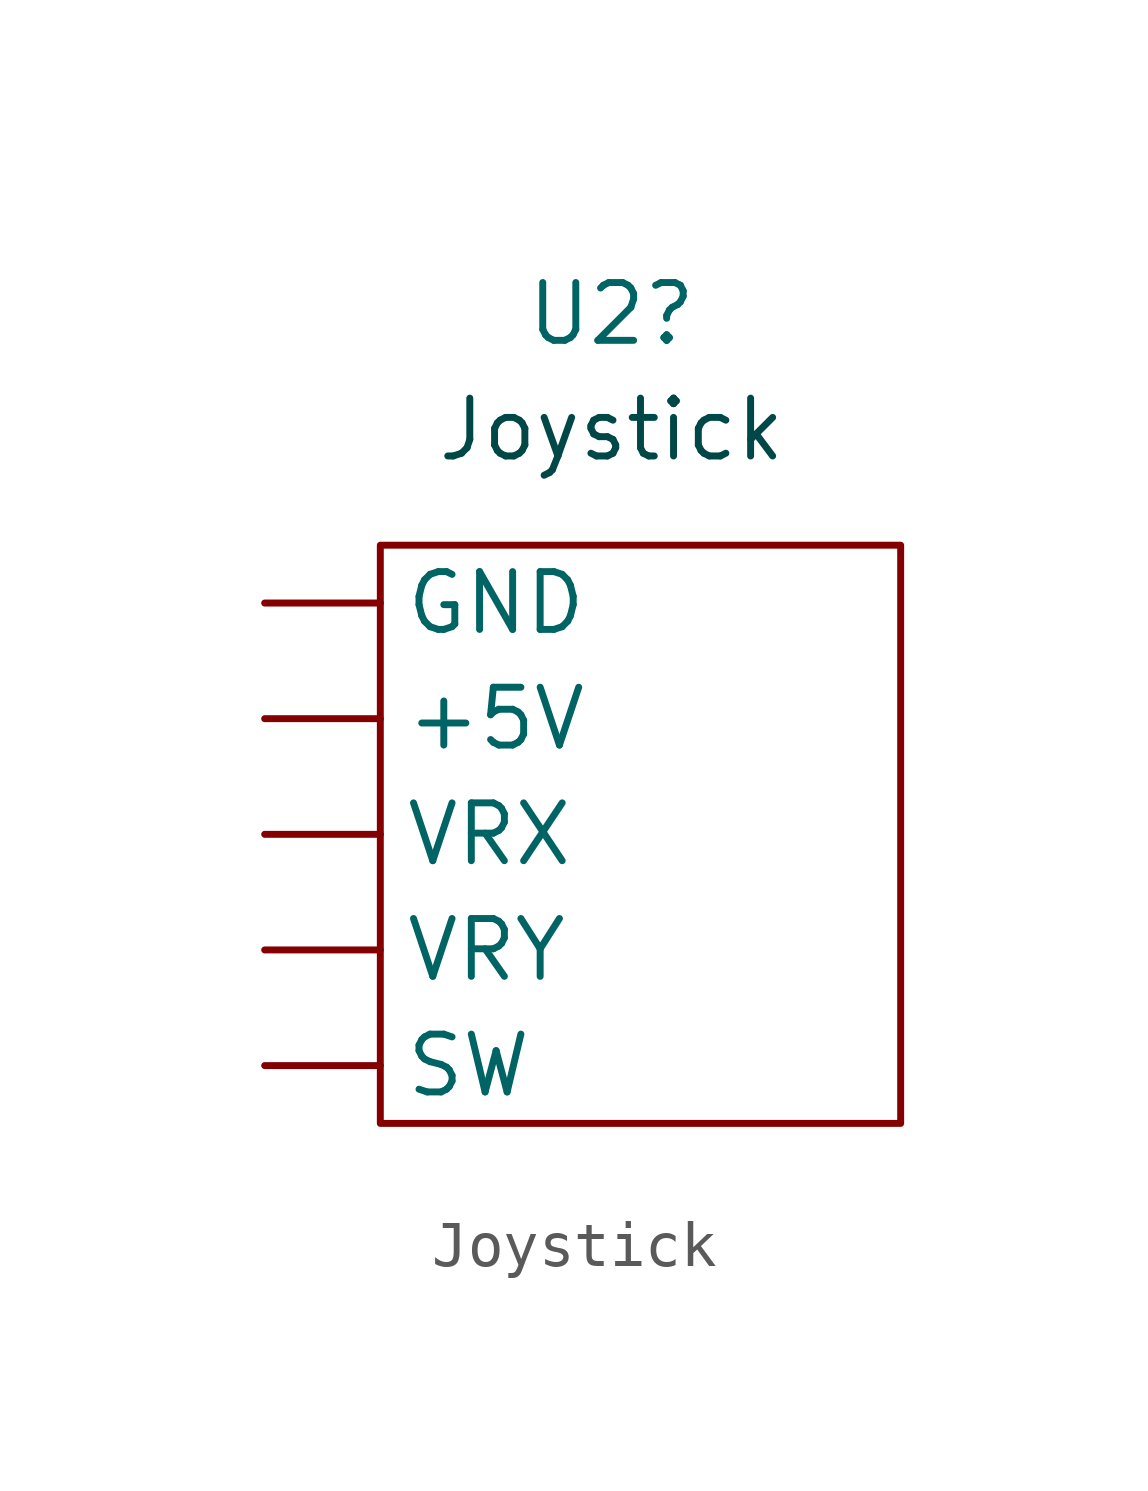
<source format=kicad_sym>
(kicad_symbol_lib
  (version 20220914)
  (generator kicad_symbol_editor)
  (symbol "Joystick"
    (property "Reference" "U2"
      (at 7.62 6.35 0)
      (effects (font (size 1.27 1.27))))
    (property "Value" ""
      (at 0 0 0)
      (effects (font (size 1.27 1.27))))
    (symbol "Joystick_0_1"
      (rectangle (start 2.54 1.27) (end 13.97 -11.43) (stroke (width 0) (type default)) (fill (type none))))
    (symbol "Joystick_1_1"
      (text "Joystick" (at 7.62 3.81 0) (effects (font (face "KiCad Font") (size 1.27 1.27) (color 0 72 72 1))))
      (pin input line (at 0 -2.54 0) (length 2.54) (name "+5V" (effects (font (size 1.27 1.27)))) (number "" (effects (font (size 1.27 1.27)))))
      (pin input line (at 0 0 0) (length 2.54) (name "GND" (effects (font (size 1.27 1.27)))) (number "" (effects (font (size 1.27 1.27)))))
      (pin input line (at 0 -10.16 0) (length 2.54) (name "SW" (effects (font (size 1.27 1.27)))) (number "" (effects (font (size 1.27 1.27)))))
      (pin input line (at 0 -5.08 0) (length 2.54) (name "VRX" (effects (font (size 1.27 1.27)))) (number "" (effects (font (size 1.27 1.27)))))
      (pin input line (at 0 -7.62 0) (length 2.54) (name "VRY" (effects (font (size 1.27 1.27)))) (number "" (effects (font (size 1.27 1.27))))))))
</source>
